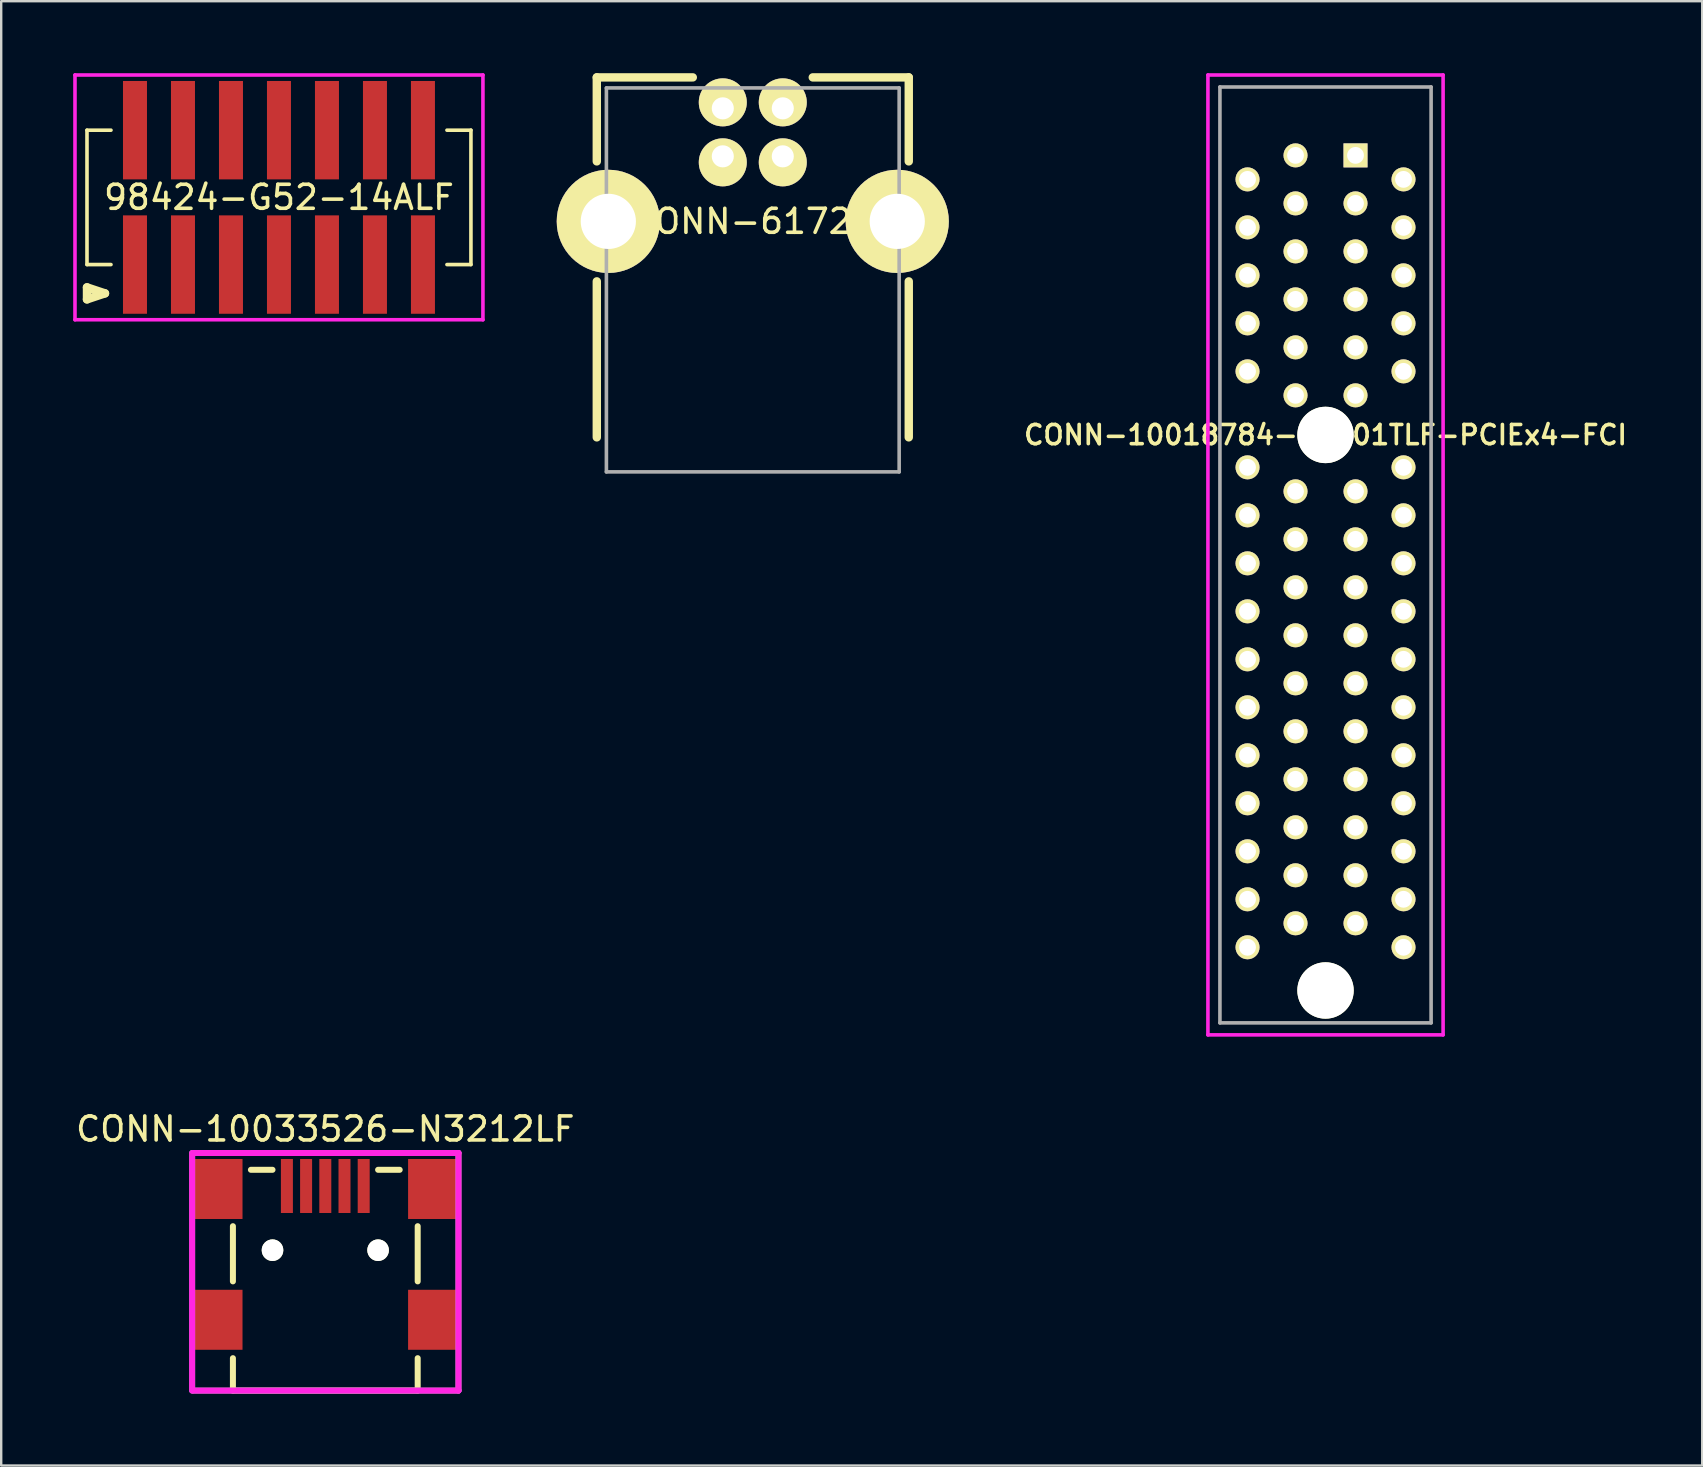
<source format=kicad_pcb>
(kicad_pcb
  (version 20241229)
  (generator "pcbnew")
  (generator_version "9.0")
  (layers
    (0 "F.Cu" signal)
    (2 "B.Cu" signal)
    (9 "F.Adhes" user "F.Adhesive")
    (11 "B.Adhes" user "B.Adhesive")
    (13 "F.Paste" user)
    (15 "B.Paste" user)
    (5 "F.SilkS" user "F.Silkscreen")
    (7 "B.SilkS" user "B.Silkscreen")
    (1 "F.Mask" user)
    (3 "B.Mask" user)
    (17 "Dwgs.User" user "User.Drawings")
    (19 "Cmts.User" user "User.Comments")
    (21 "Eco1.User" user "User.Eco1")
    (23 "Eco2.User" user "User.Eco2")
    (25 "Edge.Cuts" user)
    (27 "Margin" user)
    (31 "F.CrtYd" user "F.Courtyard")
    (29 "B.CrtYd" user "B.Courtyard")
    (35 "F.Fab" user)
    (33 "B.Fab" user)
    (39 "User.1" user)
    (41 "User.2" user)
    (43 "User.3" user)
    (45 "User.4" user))
  (footprint "CONN-10033526-N3212LF"
    (layer "F.Cu")
    (at 10.506 49.048)
    (property "Reference" "CONN-10033526-N3212LF" (at 0 -5.05 0) (layer "F.SilkS") (effects (font (size 1 1) (thickness 0.15))))
    (attr through_hole)
    (fp_line (start -3.85 -1) (end -3.85 1.3) (stroke (width 0.25) (type solid)) (layer "F.SilkS"))
    (fp_line (start -3.85 4.5) (end -3.85 5.85) (stroke (width 0.25) (type solid)) (layer "F.SilkS"))
    (fp_line (start -3.85 5.85) (end 3.85 5.85) (stroke (width 0.25) (type solid)) (layer "F.SilkS"))
    (fp_line (start -3.1 -3.35) (end -2.2 -3.35) (stroke (width 0.25) (type solid)) (layer "F.SilkS"))
    (fp_line (start 2.2 -3.35) (end 3.1 -3.35) (stroke (width 0.25) (type solid)) (layer "F.SilkS"))
    (fp_line (start 3.85 -1) (end 3.85 1.3) (stroke (width 0.25) (type solid)) (layer "F.SilkS"))
    (fp_line (start 3.85 5.85) (end 3.85 4.5) (stroke (width 0.25) (type solid)) (layer "F.SilkS"))
    (fp_line (start -5.55 5.85) (end -5.55 -4.05) (stroke (width 0.25) (type solid)) (layer "F.CrtYd"))
    (fp_line (start -5.5 -4.05) (end 5.55 -4.05) (stroke (width 0.25) (type solid)) (layer "F.CrtYd"))
    (fp_line (start 5.55 -4.05) (end 5.55 5.85) (stroke (width 0.25) (type solid)) (layer "F.CrtYd"))
    (fp_line (start 5.55 5.85) (end -5.5 5.85) (stroke (width 0.25) (type solid)) (layer "F.CrtYd"))
    (fp_line (start -5.55 5.85) (end -5.55 -4.05) (stroke (width 0.25) (type solid)) (layer "F.Fab"))
    (fp_line (start -5.5 -4.05) (end 5.55 -4.05) (stroke (width 0.25) (type solid)) (layer "F.Fab"))
    (fp_line (start 5.55 -4.05) (end 5.55 5.85) (stroke (width 0.25) (type solid)) (layer "F.Fab"))
    (fp_line (start 5.55 5.85) (end -5.5 5.85) (stroke (width 0.25) (type solid)) (layer "F.Fab"))
    (pad "" np_thru_hole circle (at -2.2 0) (size 0.9 0.9) (drill 0.9) (layers "*.Cu" "*.Mask" "F.SilkS"))
    (pad "" np_thru_hole circle (at 2.2 0) (size 0.9 0.9) (drill 0.9) (layers "*.Cu" "*.Mask" "F.SilkS"))
    (pad "1" smd rect (at -1.6 -2.675) (size 0.5 2.25) (layers "F.Cu" "F.Mask" "F.Paste"))
    (pad "2" smd rect (at -0.8 -2.675) (size 0.5 2.25) (layers "F.Cu" "F.Mask" "F.Paste"))
    (pad "3" smd rect (at 0 -2.675) (size 0.5 2.25) (layers "F.Cu" "F.Mask" "F.Paste"))
    (pad "4" smd rect (at 0.8 -2.675) (size 0.5 2.25) (layers "F.Cu" "F.Mask" "F.Paste"))
    (pad "5" smd rect (at 1.6 -2.675) (size 0.5 2.25) (layers "F.Cu" "F.Mask" "F.Paste"))
    (pad "SH" smd rect (at -4.45 -2.55) (size 2 2.5) (layers "F.Cu" "F.Mask" "F.Paste"))
    (pad "SH" smd rect (at -4.45 2.9) (size 2 2.5) (layers "F.Cu" "F.Mask" "F.Paste"))
    (pad "SH" smd rect (at 4.45 -2.55) (size 2 2.5) (layers "F.Cu" "F.Mask" "F.Paste"))
    (pad "SH" smd rect (at 4.45 2.9) (size 2 2.5) (layers "F.Cu" "F.Mask" "F.Paste")))
  (footprint "CONN-61729"
    (layer "F.Cu")
    (at 28.32 6.175)
    (property "Reference" "CONN-61729" (at 0 0 0) (layer "F.SilkS") (effects (font (size 1 1) (thickness 0.15))))
    (attr through_hole)
    (fp_line (start -6.5 -6) (end -2.5 -6) (stroke (width 0.35) (type solid)) (layer "F.SilkS"))
    (fp_line (start -6.5 -2.5) (end -6.5 -6) (stroke (width 0.35) (type solid)) (layer "F.SilkS"))
    (fp_line (start -6.5 9) (end -6.5 2.5) (stroke (width 0.35) (type solid)) (layer "F.SilkS"))
    (fp_line (start 2.5 -6) (end 6.5 -6) (stroke (width 0.35) (type solid)) (layer "F.SilkS"))
    (fp_line (start 6.5 -6) (end 6.5 -2.5) (stroke (width 0.35) (type solid)) (layer "F.SilkS"))
    (fp_line (start 6.5 2.5) (end 6.5 9) (stroke (width 0.35) (type solid)) (layer "F.SilkS"))
    (fp_line (start -6.1 -5.56) (end 6.1 -5.56) (stroke (width 0.15) (type solid)) (layer "F.Fab"))
    (fp_line (start -6.1 10.44) (end -6.1 -5.56) (stroke (width 0.15) (type solid)) (layer "F.Fab"))
    (fp_line (start 6.1 -5.56) (end 6.1 10.44) (stroke (width 0.15) (type solid)) (layer "F.Fab"))
    (fp_line (start 6.1 10.44) (end -6.1 10.44) (stroke (width 0.15) (type solid)) (layer "F.Fab"))
    (pad "1" thru_hole oval (at 1.25 -4.71) (size 2 2) (drill 0.92 (offset 0 -0.25)) (layers "*.Cu" "*.Mask" "F.SilkS"))
    (pad "2" thru_hole oval (at -1.25 -4.71) (size 2 2) (drill 0.92 (offset 0 -0.25)) (layers "*.Cu" "*.Mask" "F.SilkS"))
    (pad "3" thru_hole oval (at -1.25 -2.71) (size 2 2) (drill 0.92 (offset 0 0.25)) (layers "*.Cu" "*.Mask" "F.SilkS"))
    (pad "4" thru_hole oval (at 1.25 -2.71) (size 2 2) (drill 0.92 (offset 0 0.25)) (layers "*.Cu" "*.Mask" "F.SilkS"))
    (pad "SH" thru_hole circle (at -6.02 0) (size 4.3 4.3) (drill 2.3) (layers "*.Cu" "*.Mask" "F.SilkS"))
    (pad "SH" thru_hole circle (at 6.02 0) (size 4.3 4.3) (drill 2.3) (layers "*.Cu" "*.Mask" "F.SilkS")))
  (footprint "98424-G52-14ALF"
    (layer "F.Cu")
    (at 8.575 5.175)
    (property "Reference" "98424-G52-14ALF" (at 0 0 0) (layer "F.SilkS") (effects (font (size 1 1) (thickness 0.15))))
    (attr through_hole)
    (fp_line (start -8 -2.8) (end -7 -2.8) (stroke (width 0.15) (type solid)) (layer "F.SilkS"))
    (fp_line (start -8 2.8) (end -8 -2.8) (stroke (width 0.15) (type solid)) (layer "F.SilkS"))
    (fp_line (start -8 3.75) (end -7.25 4) (stroke (width 0.35) (type solid)) (layer "F.SilkS"))
    (fp_line (start -8 4.25) (end -8 3.75) (stroke (width 0.35) (type solid)) (layer "F.SilkS"))
    (fp_line (start -7.25 4) (end -8 4.25) (stroke (width 0.35) (type solid)) (layer "F.SilkS"))
    (fp_line (start -7 2.8) (end -8 2.8) (stroke (width 0.15) (type solid)) (layer "F.SilkS"))
    (fp_line (start 7 -2.8) (end 8 -2.8) (stroke (width 0.15) (type solid)) (layer "F.SilkS"))
    (fp_line (start 8 -2.8) (end 8 2.8) (stroke (width 0.15) (type solid)) (layer "F.SilkS"))
    (fp_line (start 8 2.8) (end 7 2.8) (stroke (width 0.15) (type solid)) (layer "F.SilkS"))
    (fp_line (start -8.5 -5.1) (end 8.5 -5.1) (stroke (width 0.15) (type solid)) (layer "F.CrtYd"))
    (fp_line (start -8.5 5.1) (end -8.5 -5.1) (stroke (width 0.15) (type solid)) (layer "F.CrtYd"))
    (fp_line (start 8.5 -5.1) (end 8.5 5.1) (stroke (width 0.15) (type solid)) (layer "F.CrtYd"))
    (fp_line (start 8.5 5.1) (end -8.5 5.1) (stroke (width 0.15) (type solid)) (layer "F.CrtYd"))
    (pad "1" smd rect (at -6 2.8) (size 1 4.1) (layers "F.Cu" "F.Mask" "F.Paste"))
    (pad "2" smd rect (at -6 -2.8) (size 1 4.1) (layers "F.Cu" "F.Mask" "F.Paste"))
    (pad "3" smd rect (at -4 2.8) (size 1 4.1) (layers "F.Cu" "F.Mask" "F.Paste"))
    (pad "4" smd rect (at -4 -2.8) (size 1 4.1) (layers "F.Cu" "F.Mask" "F.Paste"))
    (pad "5" smd rect (at -2 2.8) (size 1 4.1) (layers "F.Cu" "F.Mask" "F.Paste"))
    (pad "6" smd rect (at -2 -2.8) (size 1 4.1) (layers "F.Cu" "F.Mask" "F.Paste"))
    (pad "7" smd rect (at 0 2.8) (size 1 4.1) (layers "F.Cu" "F.Mask" "F.Paste"))
    (pad "8" smd rect (at 0 -2.8) (size 1 4.1) (layers "F.Cu" "F.Mask" "F.Paste"))
    (pad "9" smd rect (at 2 2.8) (size 1 4.1) (layers "F.Cu" "F.Mask" "F.Paste"))
    (pad "10" smd rect (at 2 -2.8) (size 1 4.1) (layers "F.Cu" "F.Mask" "F.Paste"))
    (pad "11" smd rect (at 4 2.8) (size 1 4.1) (layers "F.Cu" "F.Mask" "F.Paste"))
    (pad "12" smd rect (at 4 -2.8) (size 1 4.1) (layers "F.Cu" "F.Mask" "F.Paste"))
    (pad "13" smd rect (at 6 2.8) (size 1 4.1) (layers "F.Cu" "F.Mask" "F.Paste"))
    (pad "14" smd rect (at 6 -2.8) (size 1 4.1) (layers "F.Cu" "F.Mask" "F.Paste")))
  (footprint "CONN-10018784-10201TLF-PCIEx4-FCI"
    (layer "F.Cu")
    (at 52.187 15.075)
    (property "Reference" "CONN-10018784-10201TLF-PCIEx4-FCI" (at 0 0 0) (layer "F.SilkS") (effects (font (size 0.8 0.8) (thickness 0.15))))
    (attr through_hole)
    (fp_line (start -4.9 -15) (end 4.9 -15) (stroke (width 0.15) (type solid)) (layer "F.CrtYd"))
    (fp_line (start -4.9 25) (end -4.9 -15) (stroke (width 0.15) (type solid)) (layer "F.CrtYd"))
    (fp_line (start -4.9 25) (end 4.9 25) (stroke (width 0.15) (type solid)) (layer "F.CrtYd"))
    (fp_line (start 4.9 -15) (end 4.9 25) (stroke (width 0.15) (type solid)) (layer "F.CrtYd"))
    (fp_line (start -4.4 -14.5) (end -4.4 24.5) (stroke (width 0.15) (type solid)) (layer "F.Fab"))
    (fp_line (start -4.4 -14.5) (end 4.4 -14.5) (stroke (width 0.15) (type solid)) (layer "F.Fab"))
    (fp_line (start -4.4 24.5) (end 4.4 24.5) (stroke (width 0.15) (type solid)) (layer "F.Fab"))
    (fp_line (start 4.4 24.5) (end 4.4 -14.5) (stroke (width 0.15) (type solid)) (layer "F.Fab"))
    (pad "" np_thru_hole circle (at 0 0) (size 2.35 2.35) (drill 2.35) (layers "*.Cu" "*.Mask" "F.SilkS"))
    (pad "" np_thru_hole circle (at 0 23.15) (size 2.35 2.35) (drill 2.35) (layers "*.Cu" "*.Mask" "F.SilkS"))
    (pad "A1" thru_hole rect (at 1.25 -11.65) (size 1 1) (drill 0.7) (layers "*.Cu" "*.Mask" "F.SilkS"))
    (pad "A2" thru_hole circle (at 3.25 -10.65) (size 1 1) (drill 0.7) (layers "*.Cu" "*.Mask" "F.SilkS"))
    (pad "A3" thru_hole circle (at 1.25 -9.65) (size 1 1) (drill 0.7) (layers "*.Cu" "*.Mask" "F.SilkS"))
    (pad "A4" thru_hole circle (at 3.25 -8.65) (size 1 1) (drill 0.7) (layers "*.Cu" "*.Mask" "F.SilkS"))
    (pad "A5" thru_hole circle (at 1.25 -7.65) (size 1 1) (drill 0.7) (layers "*.Cu" "*.Mask" "F.SilkS"))
    (pad "A6" thru_hole circle (at 3.25 -6.65) (size 1 1) (drill 0.7) (layers "*.Cu" "*.Mask" "F.SilkS"))
    (pad "A7" thru_hole circle (at 1.25 -5.65) (size 1 1) (drill 0.7) (layers "*.Cu" "*.Mask" "F.SilkS"))
    (pad "A8" thru_hole circle (at 3.25 -4.65) (size 1 1) (drill 0.7) (layers "*.Cu" "*.Mask" "F.SilkS"))
    (pad "A9" thru_hole circle (at 1.25 -3.65) (size 1 1) (drill 0.7) (layers "*.Cu" "*.Mask" "F.SilkS"))
    (pad "A10" thru_hole circle (at 3.25 -2.65) (size 1 1) (drill 0.7) (layers "*.Cu" "*.Mask" "F.SilkS"))
    (pad "A11" thru_hole circle (at 1.25 -1.65) (size 1 1) (drill 0.7) (layers "*.Cu" "*.Mask" "F.SilkS"))
    (pad "A12" thru_hole circle (at 3.25 1.35) (size 1 1) (drill 0.7) (layers "*.Cu" "*.Mask" "F.SilkS"))
    (pad "A13" thru_hole circle (at 1.25 2.35) (size 1 1) (drill 0.7) (layers "*.Cu" "*.Mask" "F.SilkS"))
    (pad "A14" thru_hole circle (at 3.25 3.35) (size 1 1) (drill 0.7) (layers "*.Cu" "*.Mask" "F.SilkS"))
    (pad "A15" thru_hole circle (at 1.25 4.35) (size 1 1) (drill 0.7) (layers "*.Cu" "*.Mask" "F.SilkS"))
    (pad "A16" thru_hole circle (at 3.25 5.35) (size 1 1) (drill 0.7) (layers "*.Cu" "*.Mask" "F.SilkS"))
    (pad "A17" thru_hole circle (at 1.25 6.35) (size 1 1) (drill 0.7) (layers "*.Cu" "*.Mask" "F.SilkS"))
    (pad "A18" thru_hole circle (at 3.25 7.35) (size 1 1) (drill 0.7) (layers "*.Cu" "*.Mask" "F.SilkS"))
    (pad "A19" thru_hole circle (at 1.25 8.35) (size 1 1) (drill 0.7) (layers "*.Cu" "*.Mask" "F.SilkS"))
    (pad "A20" thru_hole circle (at 3.25 9.35) (size 1 1) (drill 0.7) (layers "*.Cu" "*.Mask" "F.SilkS"))
    (pad "A21" thru_hole circle (at 1.25 10.35) (size 1 1) (drill 0.7) (layers "*.Cu" "*.Mask" "F.SilkS"))
    (pad "A22" thru_hole circle (at 3.25 11.35) (size 1 1) (drill 0.7) (layers "*.Cu" "*.Mask" "F.SilkS"))
    (pad "A23" thru_hole circle (at 1.25 12.35) (size 1 1) (drill 0.7) (layers "*.Cu" "*.Mask" "F.SilkS"))
    (pad "A24" thru_hole circle (at 3.25 13.35) (size 1 1) (drill 0.7) (layers "*.Cu" "*.Mask" "F.SilkS"))
    (pad "A25" thru_hole circle (at 1.25 14.35) (size 1 1) (drill 0.7) (layers "*.Cu" "*.Mask" "F.SilkS"))
    (pad "A26" thru_hole circle (at 3.25 15.35) (size 1 1) (drill 0.7) (layers "*.Cu" "*.Mask" "F.SilkS"))
    (pad "A27" thru_hole circle (at 1.25 16.35) (size 1 1) (drill 0.7) (layers "*.Cu" "*.Mask" "F.SilkS"))
    (pad "A28" thru_hole circle (at 3.25 17.35) (size 1 1) (drill 0.7) (layers "*.Cu" "*.Mask" "F.SilkS"))
    (pad "A29" thru_hole circle (at 1.25 18.35) (size 1 1) (drill 0.7) (layers "*.Cu" "*.Mask" "F.SilkS"))
    (pad "A30" thru_hole circle (at 3.25 19.35) (size 1 1) (drill 0.7) (layers "*.Cu" "*.Mask" "F.SilkS"))
    (pad "A31" thru_hole circle (at 1.25 20.35) (size 1 1) (drill 0.7) (layers "*.Cu" "*.Mask" "F.SilkS"))
    (pad "A32" thru_hole circle (at 3.25 21.35) (size 1 1) (drill 0.7) (layers "*.Cu" "*.Mask" "F.SilkS"))
    (pad "B1" thru_hole circle (at -1.25 -11.65) (size 1 1) (drill 0.7) (layers "*.Cu" "*.Mask" "F.SilkS"))
    (pad "B2" thru_hole circle (at -3.25 -10.65) (size 1 1) (drill 0.7) (layers "*.Cu" "*.Mask" "F.SilkS"))
    (pad "B3" thru_hole circle (at -1.25 -9.65) (size 1 1) (drill 0.7) (layers "*.Cu" "*.Mask" "F.SilkS"))
    (pad "B4" thru_hole circle (at -3.25 -8.65) (size 1 1) (drill 0.7) (layers "*.Cu" "*.Mask" "F.SilkS"))
    (pad "B5" thru_hole circle (at -1.25 -7.65) (size 1 1) (drill 0.7) (layers "*.Cu" "*.Mask" "F.SilkS"))
    (pad "B6" thru_hole circle (at -3.25 -6.65) (size 1 1) (drill 0.7) (layers "*.Cu" "*.Mask" "F.SilkS"))
    (pad "B7" thru_hole circle (at -1.25 -5.65) (size 1 1) (drill 0.7) (layers "*.Cu" "*.Mask" "F.SilkS"))
    (pad "B8" thru_hole circle (at -3.25 -4.65) (size 1 1) (drill 0.7) (layers "*.Cu" "*.Mask" "F.SilkS"))
    (pad "B9" thru_hole circle (at -1.25 -3.65) (size 1 1) (drill 0.7) (layers "*.Cu" "*.Mask" "F.SilkS"))
    (pad "B10" thru_hole circle (at -3.25 -2.65) (size 1 1) (drill 0.7) (layers "*.Cu" "*.Mask" "F.SilkS"))
    (pad "B11" thru_hole circle (at -1.25 -1.65) (size 1 1) (drill 0.7) (layers "*.Cu" "*.Mask" "F.SilkS"))
    (pad "B12" thru_hole circle (at -3.25 1.35) (size 1 1) (drill 0.7) (layers "*.Cu" "*.Mask" "F.SilkS"))
    (pad "B13" thru_hole circle (at -1.25 2.35) (size 1 1) (drill 0.7) (layers "*.Cu" "*.Mask" "F.SilkS"))
    (pad "B14" thru_hole circle (at -3.25 3.35) (size 1 1) (drill 0.7) (layers "*.Cu" "*.Mask" "F.SilkS"))
    (pad "B15" thru_hole circle (at -1.25 4.35) (size 1 1) (drill 0.7) (layers "*.Cu" "*.Mask" "F.SilkS"))
    (pad "B16" thru_hole circle (at -3.25 5.35) (size 1 1) (drill 0.7) (layers "*.Cu" "*.Mask" "F.SilkS"))
    (pad "B17" thru_hole circle (at -1.25 6.35) (size 1 1) (drill 0.7) (layers "*.Cu" "*.Mask" "F.SilkS"))
    (pad "B18" thru_hole circle (at -3.25 7.35) (size 1 1) (drill 0.7) (layers "*.Cu" "*.Mask" "F.SilkS"))
    (pad "B19" thru_hole circle (at -1.25 8.35) (size 1 1) (drill 0.7) (layers "*.Cu" "*.Mask" "F.SilkS"))
    (pad "B20" thru_hole circle (at -3.25 9.35) (size 1 1) (drill 0.7) (layers "*.Cu" "*.Mask" "F.SilkS"))
    (pad "B21" thru_hole circle (at -1.25 10.35) (size 1 1) (drill 0.7) (layers "*.Cu" "*.Mask" "F.SilkS"))
    (pad "B22" thru_hole circle (at -3.25 11.35) (size 1 1) (drill 0.7) (layers "*.Cu" "*.Mask" "F.SilkS"))
    (pad "B23" thru_hole circle (at -1.25 12.35) (size 1 1) (drill 0.7) (layers "*.Cu" "*.Mask" "F.SilkS"))
    (pad "B24" thru_hole circle (at -3.25 13.35) (size 1 1) (drill 0.7) (layers "*.Cu" "*.Mask" "F.SilkS"))
    (pad "B25" thru_hole circle (at -1.25 14.35) (size 1 1) (drill 0.7) (layers "*.Cu" "*.Mask" "F.SilkS"))
    (pad "B26" thru_hole circle (at -3.25 15.35) (size 1 1) (drill 0.7) (layers "*.Cu" "*.Mask" "F.SilkS"))
    (pad "B27" thru_hole circle (at -1.25 16.35) (size 1 1) (drill 0.7) (layers "*.Cu" "*.Mask" "F.SilkS"))
    (pad "B28" thru_hole circle (at -3.25 17.35) (size 1 1) (drill 0.7) (layers "*.Cu" "*.Mask" "F.SilkS"))
    (pad "B29" thru_hole circle (at -1.25 18.35) (size 1 1) (drill 0.7) (layers "*.Cu" "*.Mask" "F.SilkS"))
    (pad "B30" thru_hole circle (at -3.25 19.35) (size 1 1) (drill 0.7) (layers "*.Cu" "*.Mask" "F.SilkS"))
    (pad "B31" thru_hole circle (at -1.25 20.35) (size 1 1) (drill 0.7) (layers "*.Cu" "*.Mask" "F.SilkS"))
    (pad "B32" thru_hole circle (at -3.25 21.35) (size 1 1) (drill 0.7) (layers "*.Cu" "*.Mask" "F.SilkS")))
  (gr_rect
    (start -3 -3)
    (end 67.885 58.023)
    (stroke (width 0.1) (type default))
    (fill no)
    (layer "Edge.Cuts")))
</source>
